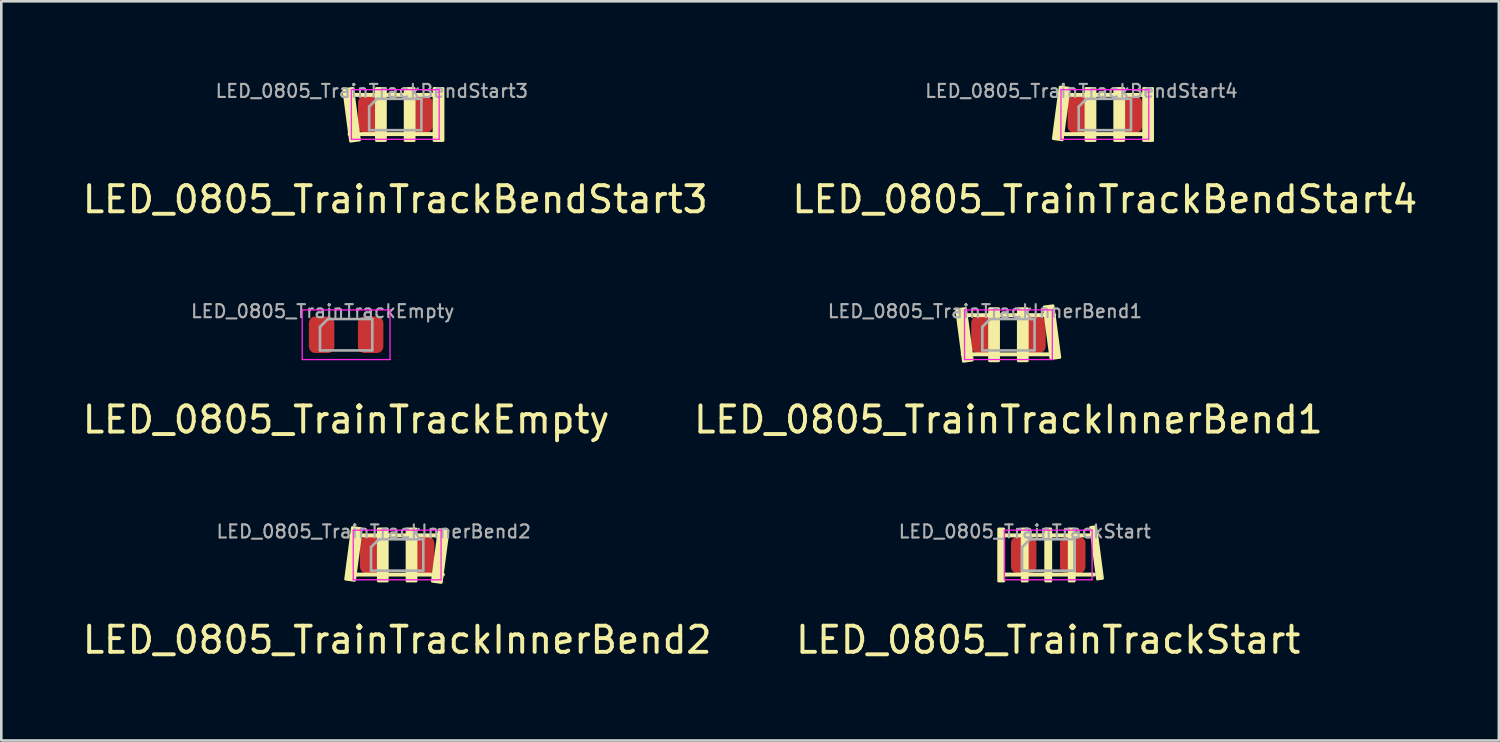
<source format=kicad_pcb>
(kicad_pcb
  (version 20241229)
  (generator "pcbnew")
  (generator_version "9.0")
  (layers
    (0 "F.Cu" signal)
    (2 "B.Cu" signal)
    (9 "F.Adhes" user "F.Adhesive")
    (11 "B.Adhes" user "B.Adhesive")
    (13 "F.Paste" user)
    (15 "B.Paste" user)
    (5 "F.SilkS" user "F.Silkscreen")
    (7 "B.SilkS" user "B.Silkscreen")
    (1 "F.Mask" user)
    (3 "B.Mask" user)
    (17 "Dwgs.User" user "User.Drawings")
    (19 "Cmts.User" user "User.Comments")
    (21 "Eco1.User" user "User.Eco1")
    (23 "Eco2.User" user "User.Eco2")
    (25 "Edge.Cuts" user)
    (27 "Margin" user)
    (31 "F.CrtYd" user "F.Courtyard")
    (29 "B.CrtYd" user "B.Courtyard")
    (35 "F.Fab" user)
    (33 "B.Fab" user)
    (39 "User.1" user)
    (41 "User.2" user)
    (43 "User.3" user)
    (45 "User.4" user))
  (footprint "LED_0805_TrainTrackEmpty"
    (layer "F.Cu")
    (at 10.196 9.76)
    (property "Reference" "LED_0805_TrainTrackEmpty" (at 0 3.25 0) (layer "F.SilkS") (effects (font (size 1 1) (thickness 0.15))))
    (attr smd)
    (fp_line (start -1.68 -0.95) (end 1.68 -0.95) (stroke (width 0.05) (type solid)) (layer "F.CrtYd"))
    (fp_line (start -1.68 0.95) (end -1.68 -0.95) (stroke (width 0.05) (type solid)) (layer "F.CrtYd"))
    (fp_line (start 1.68 -0.95) (end 1.68 0.95) (stroke (width 0.05) (type solid)) (layer "F.CrtYd"))
    (fp_line (start 1.68 0.95) (end -1.68 0.95) (stroke (width 0.05) (type solid)) (layer "F.CrtYd"))
    (fp_line (start -1 -0.3) (end -1 0.6) (stroke (width 0.1) (type solid)) (layer "F.Fab"))
    (fp_line (start -1 0.6) (end 1 0.6) (stroke (width 0.1) (type solid)) (layer "F.Fab"))
    (fp_line (start -0.7 -0.6) (end -1 -0.3) (stroke (width 0.1) (type solid)) (layer "F.Fab"))
    (fp_line (start 1 -0.6) (end -0.7 -0.6) (stroke (width 0.1) (type solid)) (layer "F.Fab"))
    (fp_line (start 1 0.6) (end 1 -0.6) (stroke (width 0.1) (type solid)) (layer "F.Fab"))
    (fp_text user "${REFERENCE}" (at -0.898 -0.898 0) (layer "F.Fab") (effects (font (size 0.5 0.5) (thickness 0.08))))
    (pad "1" smd roundrect (at -0.938 0) (size 0.975 1.4) (layers "F.Cu" "F.Mask" "F.Paste") (roundrect_rratio 0.25))
    (pad "2" smd roundrect (at 0.938 0) (size 0.975 1.4) (layers "F.Cu" "F.Mask" "F.Paste") (roundrect_rratio 0.25)))
  (footprint "LED_0805_TrainTrackBendStart4"
    (layer "F.Cu")
    (at 39.232 1.331)
    (property "Reference" "LED_0805_TrainTrackBendStart4" (at 0 3.25 0) (layer "F.SilkS") (effects (font (size 1 1) (thickness 0.15))))
    (attr smd)
    (fp_line (start 1.75 -0.75) (end -1.75 -0.75) (stroke (width 0.15) (type default)) (layer "F.SilkS"))
    (fp_line (start 1.75 0.75) (end -1.75 0.75) (stroke (width 0.15) (type default)) (layer "F.SilkS"))
    (fp_rect (start -0.725 -1) (end -0.375 1) (stroke (width 0.1) (type solid)) (fill yes) (layer "F.SilkS"))
    (fp_rect (start 0.375 -1) (end 0.725 1) (stroke (width 0.1) (type solid)) (fill yes) (layer "F.SilkS"))
    (fp_rect (start 1.48 -1) (end 1.83 1) (stroke (width 0.1) (type solid)) (fill yes) (layer "F.SilkS"))
    (fp_poly (pts (xy -1.714 -1.055) (xy -1.367 -1.009) (xy -1.628 0.974) (xy -1.975 0.928)) (stroke (width 0.1) (type solid)) (fill yes) (layer "F.SilkS"))
    (fp_line (start -1.68 -0.95) (end 1.68 -0.95) (stroke (width 0.05) (type solid)) (layer "F.CrtYd"))
    (fp_line (start -1.68 0.95) (end -1.68 -0.95) (stroke (width 0.05) (type solid)) (layer "F.CrtYd"))
    (fp_line (start 1.68 -0.95) (end 1.68 0.95) (stroke (width 0.05) (type solid)) (layer "F.CrtYd"))
    (fp_line (start 1.68 0.95) (end -1.68 0.95) (stroke (width 0.05) (type solid)) (layer "F.CrtYd"))
    (fp_line (start -1 -0.3) (end -1 0.6) (stroke (width 0.1) (type solid)) (layer "F.Fab"))
    (fp_line (start -1 0.6) (end 1 0.6) (stroke (width 0.1) (type solid)) (layer "F.Fab"))
    (fp_line (start -0.7 -0.6) (end -1 -0.3) (stroke (width 0.1) (type solid)) (layer "F.Fab"))
    (fp_line (start 1 -0.6) (end -0.7 -0.6) (stroke (width 0.1) (type solid)) (layer "F.Fab"))
    (fp_line (start 1 0.6) (end 1 -0.6) (stroke (width 0.1) (type solid)) (layer "F.Fab"))
    (fp_text user "${REFERENCE}" (at -0.898 -0.898 0) (layer "F.Fab") (effects (font (size 0.5 0.5) (thickness 0.08))))
    (pad "1" smd roundrect (at -0.938 0) (size 0.975 1.4) (layers "F.Cu" "F.Mask" "F.Paste") (roundrect_rratio 0.25))
    (pad "2" smd roundrect (at 0.938 0) (size 0.975 1.4) (layers "F.Cu" "F.Mask" "F.Paste") (roundrect_rratio 0.25)))
  (footprint "LED_0805_TrainTrackInnerBend2"
    (layer "F.Cu")
    (at 12.149 18.189)
    (property "Reference" "LED_0805_TrainTrackInnerBend2" (at 0 3.25 0) (layer "F.SilkS") (effects (font (size 1 1) (thickness 0.15))))
    (attr smd)
    (fp_line (start 1.75 -0.75) (end -1.75 -0.75) (stroke (width 0.15) (type default)) (layer "F.SilkS"))
    (fp_line (start 1.75 0.75) (end -1.75 0.75) (stroke (width 0.15) (type default)) (layer "F.SilkS"))
    (fp_rect (start -0.725 -1) (end -0.375 1) (stroke (width 0.1) (type solid)) (fill yes) (layer "F.SilkS"))
    (fp_rect (start 0.375 -1) (end 0.725 1) (stroke (width 0.1) (type solid)) (fill yes) (layer "F.SilkS"))
    (fp_poly (pts (xy -1.714 -1.055) (xy -1.367 -1.009) (xy -1.628 0.974) (xy -1.975 0.928)) (stroke (width 0.1) (type solid)) (fill yes) (layer "F.SilkS"))
    (fp_poly (pts (xy 1.605 -0.974) (xy 1.952 -0.929) (xy 1.69 1.054) (xy 1.343 1.009)) (stroke (width 0.1) (type solid)) (fill yes) (layer "F.SilkS"))
    (fp_line (start -1.68 -0.95) (end 1.68 -0.95) (stroke (width 0.05) (type solid)) (layer "F.CrtYd"))
    (fp_line (start -1.68 0.95) (end -1.68 -0.95) (stroke (width 0.05) (type solid)) (layer "F.CrtYd"))
    (fp_line (start 1.68 -0.95) (end 1.68 0.95) (stroke (width 0.05) (type solid)) (layer "F.CrtYd"))
    (fp_line (start 1.68 0.95) (end -1.68 0.95) (stroke (width 0.05) (type solid)) (layer "F.CrtYd"))
    (fp_line (start -1 -0.3) (end -1 0.6) (stroke (width 0.1) (type solid)) (layer "F.Fab"))
    (fp_line (start -1 0.6) (end 1 0.6) (stroke (width 0.1) (type solid)) (layer "F.Fab"))
    (fp_line (start -0.7 -0.6) (end -1 -0.3) (stroke (width 0.1) (type solid)) (layer "F.Fab"))
    (fp_line (start 1 -0.6) (end -0.7 -0.6) (stroke (width 0.1) (type solid)) (layer "F.Fab"))
    (fp_line (start 1 0.6) (end 1 -0.6) (stroke (width 0.1) (type solid)) (layer "F.Fab"))
    (fp_text user "${REFERENCE}" (at -0.898 -0.898 0) (layer "F.Fab") (effects (font (size 0.5 0.5) (thickness 0.08))))
    (pad "1" smd roundrect (at -0.938 0) (size 0.975 1.4) (layers "F.Cu" "F.Mask" "F.Paste") (roundrect_rratio 0.25))
    (pad "2" smd roundrect (at 0.938 0) (size 0.975 1.4) (layers "F.Cu" "F.Mask" "F.Paste") (roundrect_rratio 0.25)))
  (footprint "LED_0805_TrainTrackBendStart3"
    (layer "F.Cu")
    (at 12.077 1.331)
    (property "Reference" "LED_0805_TrainTrackBendStart3" (at 0 3.25 0) (layer "F.SilkS") (effects (font (size 1 1) (thickness 0.15))))
    (attr smd)
    (fp_line (start 1.75 -0.75) (end -1.75 -0.75) (stroke (width 0.15) (type default)) (layer "F.SilkS"))
    (fp_line (start 1.75 0.75) (end -1.75 0.75) (stroke (width 0.15) (type default)) (layer "F.SilkS"))
    (fp_rect (start -0.725 -1) (end -0.375 1) (stroke (width 0.1) (type solid)) (fill yes) (layer "F.SilkS"))
    (fp_rect (start 0.375 -1) (end 0.725 1) (stroke (width 0.1) (type solid)) (fill yes) (layer "F.SilkS"))
    (fp_rect (start 1.48 -1) (end 1.83 1) (stroke (width 0.1) (type solid)) (fill yes) (layer "F.SilkS"))
    (fp_poly (pts (xy -1.976 -0.957) (xy -1.629 -1.003) (xy -1.368 0.98) (xy -1.715 1.026)) (stroke (width 0.1) (type solid)) (fill yes) (layer "F.SilkS"))
    (fp_line (start -1.68 -0.95) (end 1.68 -0.95) (stroke (width 0.05) (type solid)) (layer "F.CrtYd"))
    (fp_line (start -1.68 0.95) (end -1.68 -0.95) (stroke (width 0.05) (type solid)) (layer "F.CrtYd"))
    (fp_line (start 1.68 -0.95) (end 1.68 0.95) (stroke (width 0.05) (type solid)) (layer "F.CrtYd"))
    (fp_line (start 1.68 0.95) (end -1.68 0.95) (stroke (width 0.05) (type solid)) (layer "F.CrtYd"))
    (fp_line (start -1 -0.3) (end -1 0.6) (stroke (width 0.1) (type solid)) (layer "F.Fab"))
    (fp_line (start -1 0.6) (end 1 0.6) (stroke (width 0.1) (type solid)) (layer "F.Fab"))
    (fp_line (start -0.7 -0.6) (end -1 -0.3) (stroke (width 0.1) (type solid)) (layer "F.Fab"))
    (fp_line (start 1 -0.6) (end -0.7 -0.6) (stroke (width 0.1) (type solid)) (layer "F.Fab"))
    (fp_line (start 1 0.6) (end 1 -0.6) (stroke (width 0.1) (type solid)) (layer "F.Fab"))
    (fp_text user "${REFERENCE}" (at -0.898 -0.898 0) (layer "F.Fab") (effects (font (size 0.5 0.5) (thickness 0.08))))
    (pad "1" smd roundrect (at -0.938 0) (size 0.975 1.4) (layers "F.Cu" "F.Mask" "F.Paste") (roundrect_rratio 0.25))
    (pad "2" smd roundrect (at 0.938 0) (size 0.975 1.4) (layers "F.Cu" "F.Mask" "F.Paste") (roundrect_rratio 0.25)))
  (footprint "LED_0805_TrainTrackInnerBend1"
    (layer "F.Cu")
    (at 35.542 9.76)
    (property "Reference" "LED_0805_TrainTrackInnerBend1" (at 0 3.25 0) (layer "F.SilkS") (effects (font (size 1 1) (thickness 0.15))))
    (attr smd)
    (fp_line (start 1.75 -0.75) (end -1.75 -0.75) (stroke (width 0.15) (type default)) (layer "F.SilkS"))
    (fp_line (start 1.75 0.75) (end -1.75 0.75) (stroke (width 0.15) (type default)) (layer "F.SilkS"))
    (fp_rect (start -0.725 -1) (end -0.375 1) (stroke (width 0.1) (type solid)) (fill yes) (layer "F.SilkS"))
    (fp_rect (start 0.375 -1) (end 0.725 1) (stroke (width 0.1) (type solid)) (fill yes) (layer "F.SilkS"))
    (fp_poly (pts (xy -1.987 -0.962) (xy -1.64 -1.008) (xy -1.379 0.975) (xy -1.726 1.021)) (stroke (width 0.1) (type solid)) (fill yes) (layer "F.SilkS"))
    (fp_poly (pts (xy 1.362 -1.067) (xy 1.709 -1.113) (xy 1.97 0.87) (xy 1.623 0.915)) (stroke (width 0.1) (type solid)) (fill yes) (layer "F.SilkS"))
    (fp_line (start -1.68 -0.95) (end 1.68 -0.95) (stroke (width 0.05) (type solid)) (layer "F.CrtYd"))
    (fp_line (start -1.68 0.95) (end -1.68 -0.95) (stroke (width 0.05) (type solid)) (layer "F.CrtYd"))
    (fp_line (start 1.68 -0.95) (end 1.68 0.95) (stroke (width 0.05) (type solid)) (layer "F.CrtYd"))
    (fp_line (start 1.68 0.95) (end -1.68 0.95) (stroke (width 0.05) (type solid)) (layer "F.CrtYd"))
    (fp_line (start -1 -0.3) (end -1 0.6) (stroke (width 0.1) (type solid)) (layer "F.Fab"))
    (fp_line (start -1 0.6) (end 1 0.6) (stroke (width 0.1) (type solid)) (layer "F.Fab"))
    (fp_line (start -0.7 -0.6) (end -1 -0.3) (stroke (width 0.1) (type solid)) (layer "F.Fab"))
    (fp_line (start 1 -0.6) (end -0.7 -0.6) (stroke (width 0.1) (type solid)) (layer "F.Fab"))
    (fp_line (start 1 0.6) (end 1 -0.6) (stroke (width 0.1) (type solid)) (layer "F.Fab"))
    (fp_text user "${REFERENCE}" (at -0.898 -0.898 0) (layer "F.Fab") (effects (font (size 0.5 0.5) (thickness 0.08))))
    (pad "1" smd roundrect (at -0.938 0) (size 0.975 1.4) (layers "F.Cu" "F.Mask" "F.Paste") (roundrect_rratio 0.25))
    (pad "2" smd roundrect (at 0.938 0) (size 0.975 1.4) (layers "F.Cu" "F.Mask" "F.Paste") (roundrect_rratio 0.25)))
  (footprint "LED_0805_TrainTrackStart"
    (layer "F.Cu")
    (at 37.065 18.189)
    (property "Reference" "LED_0805_TrainTrackStart" (at 0 3.25 0) (layer "F.SilkS") (effects (font (size 1 1) (thickness 0.15))))
    (attr smd)
    (fp_line (start 1.75 -0.75) (end -1.75 -0.75) (stroke (width 0.15) (type default)) (layer "F.SilkS"))
    (fp_line (start 1.75 0.75) (end -1.75 0.75) (stroke (width 0.15) (type default)) (layer "F.SilkS"))
    (fp_rect (start -1.9 -1) (end -1.7 1) (stroke (width 0.1) (type solid)) (fill yes) (layer "F.SilkS"))
    (fp_rect (start -1 -1) (end -0.8 1) (stroke (width 0.1) (type solid)) (fill yes) (layer "F.SilkS"))
    (fp_rect (start -0.1 -1) (end 0.1 1) (stroke (width 0.1) (type solid)) (fill yes) (layer "F.SilkS"))
    (fp_rect (start 0.8 -1) (end 1 1) (stroke (width 0.1) (type solid)) (fill yes) (layer "F.SilkS"))
    (fp_poly (pts (xy 1.621 -1.059) (xy 1.819 -1.085) (xy 2.08 0.897) (xy 1.882 0.924)) (stroke (width 0.1) (type solid)) (fill yes) (layer "F.SilkS"))
    (fp_line (start -1.68 -0.95) (end 1.68 -0.95) (stroke (width 0.05) (type solid)) (layer "F.CrtYd"))
    (fp_line (start -1.68 0.95) (end -1.68 -0.95) (stroke (width 0.05) (type solid)) (layer "F.CrtYd"))
    (fp_line (start 1.68 -0.95) (end 1.68 0.95) (stroke (width 0.05) (type solid)) (layer "F.CrtYd"))
    (fp_line (start 1.68 0.95) (end -1.68 0.95) (stroke (width 0.05) (type solid)) (layer "F.CrtYd"))
    (fp_line (start -1 -0.3) (end -1 0.6) (stroke (width 0.1) (type solid)) (layer "F.Fab"))
    (fp_line (start -1 0.6) (end 1 0.6) (stroke (width 0.1) (type solid)) (layer "F.Fab"))
    (fp_line (start -0.7 -0.6) (end -1 -0.3) (stroke (width 0.1) (type solid)) (layer "F.Fab"))
    (fp_line (start 1 -0.6) (end -0.7 -0.6) (stroke (width 0.1) (type solid)) (layer "F.Fab"))
    (fp_line (start 1 0.6) (end 1 -0.6) (stroke (width 0.1) (type solid)) (layer "F.Fab"))
    (fp_text user "${REFERENCE}" (at -0.898 -0.898 0) (layer "F.Fab") (effects (font (size 0.5 0.5) (thickness 0.08))))
    (pad "1" smd roundrect (at -0.938 0) (size 0.975 1.4) (layers "F.Cu" "F.Mask" "F.Paste") (roundrect_rratio 0.25))
    (pad "2" smd roundrect (at 0.938 0) (size 0.975 1.4) (layers "F.Cu" "F.Mask" "F.Paste") (roundrect_rratio 0.25)))
  (gr_rect
    (start -3 -3)
    (end 54.31 25.288)
    (stroke (width 0.1) (type default))
    (fill no)
    (layer "Edge.Cuts")))
</source>
